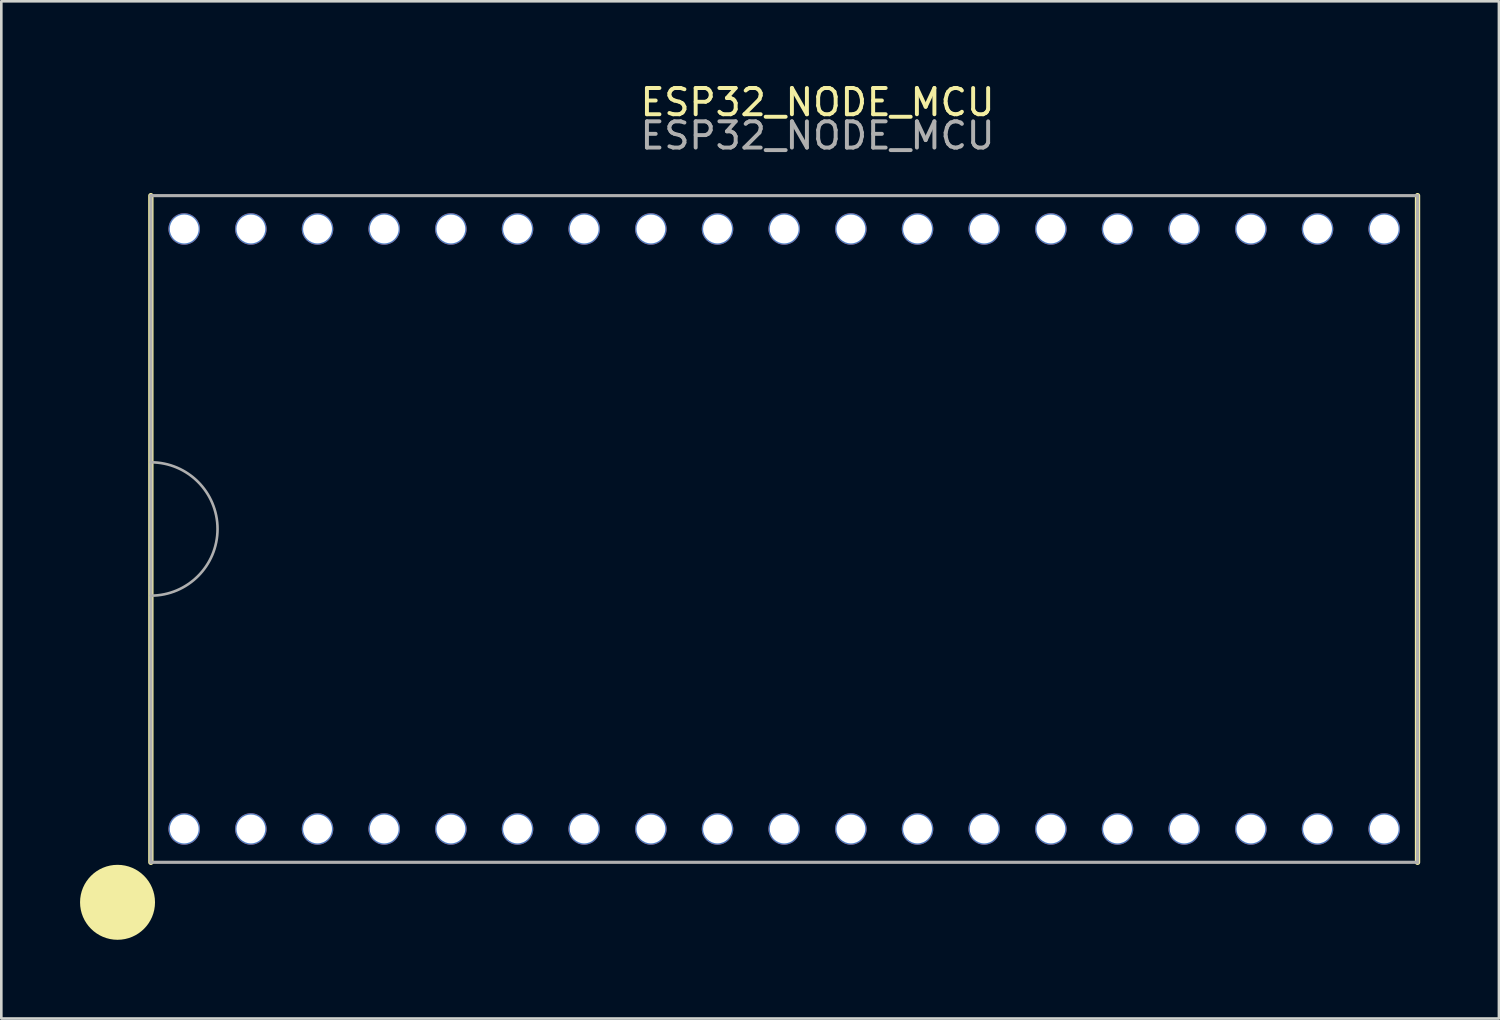
<source format=kicad_pcb>
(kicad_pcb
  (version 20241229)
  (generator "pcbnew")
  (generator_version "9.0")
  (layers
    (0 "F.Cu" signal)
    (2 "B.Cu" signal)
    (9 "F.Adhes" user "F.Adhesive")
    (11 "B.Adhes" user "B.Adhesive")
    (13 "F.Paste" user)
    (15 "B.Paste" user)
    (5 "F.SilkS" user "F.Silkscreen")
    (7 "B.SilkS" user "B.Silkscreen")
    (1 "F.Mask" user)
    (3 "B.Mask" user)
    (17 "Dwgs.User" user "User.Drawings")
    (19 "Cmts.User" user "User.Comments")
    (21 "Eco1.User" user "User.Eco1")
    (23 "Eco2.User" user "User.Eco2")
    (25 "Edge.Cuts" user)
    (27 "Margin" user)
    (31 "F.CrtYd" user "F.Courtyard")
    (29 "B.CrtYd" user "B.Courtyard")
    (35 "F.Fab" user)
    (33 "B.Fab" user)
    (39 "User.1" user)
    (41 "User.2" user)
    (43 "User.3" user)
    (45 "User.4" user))
  (footprint "ESP32_NODE_MCU"
    (layer "F.Cu")
    (at 28.098 17.104)
    (property "Reference" "ESP32_NODE_MCU" (at 0 -16.256 0) (unlocked yes) (layer "F.SilkS") (effects (font (size 1 1) (thickness 0.15))))
    (attr through_hole)
    (fp_line (start -25.4 12.7) (end -25.4 -12.7) (stroke (width 0.203) (type solid)) (layer "F.SilkS"))
    (fp_line (start 22.86 12.7) (end 22.86 -12.7) (stroke (width 0.203) (type solid)) (layer "F.SilkS"))
    (fp_circle (center -26.67 14.224) (end -25.302 14.224) (stroke (width 0.12) (type solid)) (fill yes) (layer "F.SilkS"))
    (fp_line (start -25.4 -12.7) (end 22.86 -12.7) (stroke (width 0.12) (type solid)) (layer "F.Fab"))
    (fp_line (start -25.4 12.7) (end -25.4 -12.7) (stroke (width 0.12) (type solid)) (layer "F.Fab"))
    (fp_line (start -25.4 12.7) (end 22.86 12.7) (stroke (width 0.12) (type solid)) (layer "F.Fab"))
    (fp_line (start 22.86 12.7) (end 22.86 -12.7) (stroke (width 0.12) (type solid)) (layer "F.Fab"))
    (fp_arc (start -25.4 -2.54) (mid -22.86 0) (end -25.4 2.54) (stroke (width 0.1) (type solid)) (layer "F.Fab"))
    (fp_text user "${REFERENCE}" (at 0 -14.986 0) (unlocked yes) (layer "F.Fab") (effects (font (size 1 1) (thickness 0.15))))
    (pad "1" thru_hole circle (at -24.13 11.43) (size 1.2 1.2) (drill 1.1) (layers "*.Cu" "*.Mask"))
    (pad "2" thru_hole circle (at -21.59 11.43) (size 1.2 1.2) (drill 1.1) (layers "*.Cu" "*.Mask"))
    (pad "3" thru_hole circle (at -19.05 11.43) (size 1.2 1.2) (drill 1.1) (layers "*.Cu" "*.Mask"))
    (pad "4" thru_hole circle (at -16.51 11.43) (size 1.2 1.2) (drill 1.1) (layers "*.Cu" "*.Mask"))
    (pad "5" thru_hole circle (at -13.97 11.43) (size 1.2 1.2) (drill 1.1) (layers "*.Cu" "*.Mask"))
    (pad "6" thru_hole circle (at -11.43 11.43) (size 1.2 1.2) (drill 1.1) (layers "*.Cu" "*.Mask"))
    (pad "7" thru_hole circle (at -8.89 11.43) (size 1.2 1.2) (drill 1.1) (layers "*.Cu" "*.Mask"))
    (pad "8" thru_hole circle (at -6.35 11.43) (size 1.2 1.2) (drill 1.1) (layers "*.Cu" "*.Mask"))
    (pad "9" thru_hole circle (at -3.81 11.43) (size 1.2 1.2) (drill 1.1) (layers "*.Cu" "*.Mask"))
    (pad "10" thru_hole circle (at -1.27 11.43) (size 1.2 1.2) (drill 1.1) (layers "*.Cu" "*.Mask"))
    (pad "11" thru_hole circle (at 1.27 11.43) (size 1.2 1.2) (drill 1.1) (layers "*.Cu" "*.Mask"))
    (pad "12" thru_hole circle (at 3.81 11.43) (size 1.2 1.2) (drill 1.1) (layers "*.Cu" "*.Mask"))
    (pad "13" thru_hole circle (at 6.35 11.43) (size 1.2 1.2) (drill 1.1) (layers "*.Cu" "*.Mask"))
    (pad "14" thru_hole circle (at 8.89 11.43) (size 1.2 1.2) (drill 1.1) (layers "*.Cu" "*.Mask"))
    (pad "15" thru_hole circle (at 11.43 11.43) (size 1.2 1.2) (drill 1.1) (layers "*.Cu" "*.Mask"))
    (pad "16" thru_hole circle (at 13.97 11.43) (size 1.2 1.2) (drill 1.1) (layers "*.Cu" "*.Mask"))
    (pad "17" thru_hole circle (at 16.51 11.43) (size 1.2 1.2) (drill 1.1) (layers "*.Cu" "*.Mask"))
    (pad "18" thru_hole circle (at 19.05 11.43) (size 1.2 1.2) (drill 1.1) (layers "*.Cu" "*.Mask"))
    (pad "19" thru_hole circle (at 21.59 11.43) (size 1.2 1.2) (drill 1.1) (layers "*.Cu" "*.Mask"))
    (pad "20" thru_hole circle (at 21.59 -11.43) (size 1.2 1.2) (drill 1.1) (layers "*.Cu" "*.Mask"))
    (pad "21" thru_hole circle (at 19.05 -11.43) (size 1.2 1.2) (drill 1.1) (layers "*.Cu" "*.Mask"))
    (pad "22" thru_hole circle (at 16.51 -11.43) (size 1.2 1.2) (drill 1.1) (layers "*.Cu" "*.Mask"))
    (pad "23" thru_hole circle (at 13.97 -11.43) (size 1.2 1.2) (drill 1.1) (layers "*.Cu" "*.Mask"))
    (pad "24" thru_hole circle (at 11.43 -11.43) (size 1.2 1.2) (drill 1.1) (layers "*.Cu" "*.Mask"))
    (pad "25" thru_hole circle (at 8.89 -11.43) (size 1.2 1.2) (drill 1.1) (layers "*.Cu" "*.Mask"))
    (pad "26" thru_hole circle (at 6.35 -11.43) (size 1.2 1.2) (drill 1.1) (layers "*.Cu" "*.Mask"))
    (pad "27" thru_hole circle (at 3.81 -11.43) (size 1.2 1.2) (drill 1.1) (layers "*.Cu" "*.Mask"))
    (pad "28" thru_hole circle (at 1.27 -11.43) (size 1.2 1.2) (drill 1.1) (layers "*.Cu" "*.Mask"))
    (pad "29" thru_hole circle (at -1.27 -11.43) (size 1.2 1.2) (drill 1.1) (layers "*.Cu" "*.Mask"))
    (pad "30" thru_hole circle (at -3.81 -11.43) (size 1.2 1.2) (drill 1.1) (layers "*.Cu" "*.Mask"))
    (pad "31" thru_hole circle (at -6.35 -11.43) (size 1.2 1.2) (drill 1.1) (layers "*.Cu" "*.Mask"))
    (pad "32" thru_hole circle (at -8.89 -11.43) (size 1.2 1.2) (drill 1.1) (layers "*.Cu" "*.Mask"))
    (pad "33" thru_hole circle (at -11.43 -11.43) (size 1.2 1.2) (drill 1.1) (layers "*.Cu" "*.Mask"))
    (pad "34" thru_hole circle (at -13.97 -11.43) (size 1.2 1.2) (drill 1.1) (layers "*.Cu" "*.Mask"))
    (pad "35" thru_hole circle (at -16.51 -11.43) (size 1.2 1.2) (drill 1.1) (layers "*.Cu" "*.Mask"))
    (pad "36" thru_hole circle (at -19.05 -11.43) (size 1.2 1.2) (drill 1.1) (layers "*.Cu" "*.Mask"))
    (pad "37" thru_hole circle (at -21.59 -11.43) (size 1.2 1.2) (drill 1.1) (layers "*.Cu" "*.Mask"))
    (pad "38" thru_hole circle (at -24.13 -11.43) (size 1.2 1.2) (drill 1.1) (layers "*.Cu" "*.Mask")))
  (gr_rect
    (start -3 -3)
    (end 54.059 35.756)
    (stroke (width 0.1) (type default))
    (fill no)
    (layer "Edge.Cuts")))
</source>
